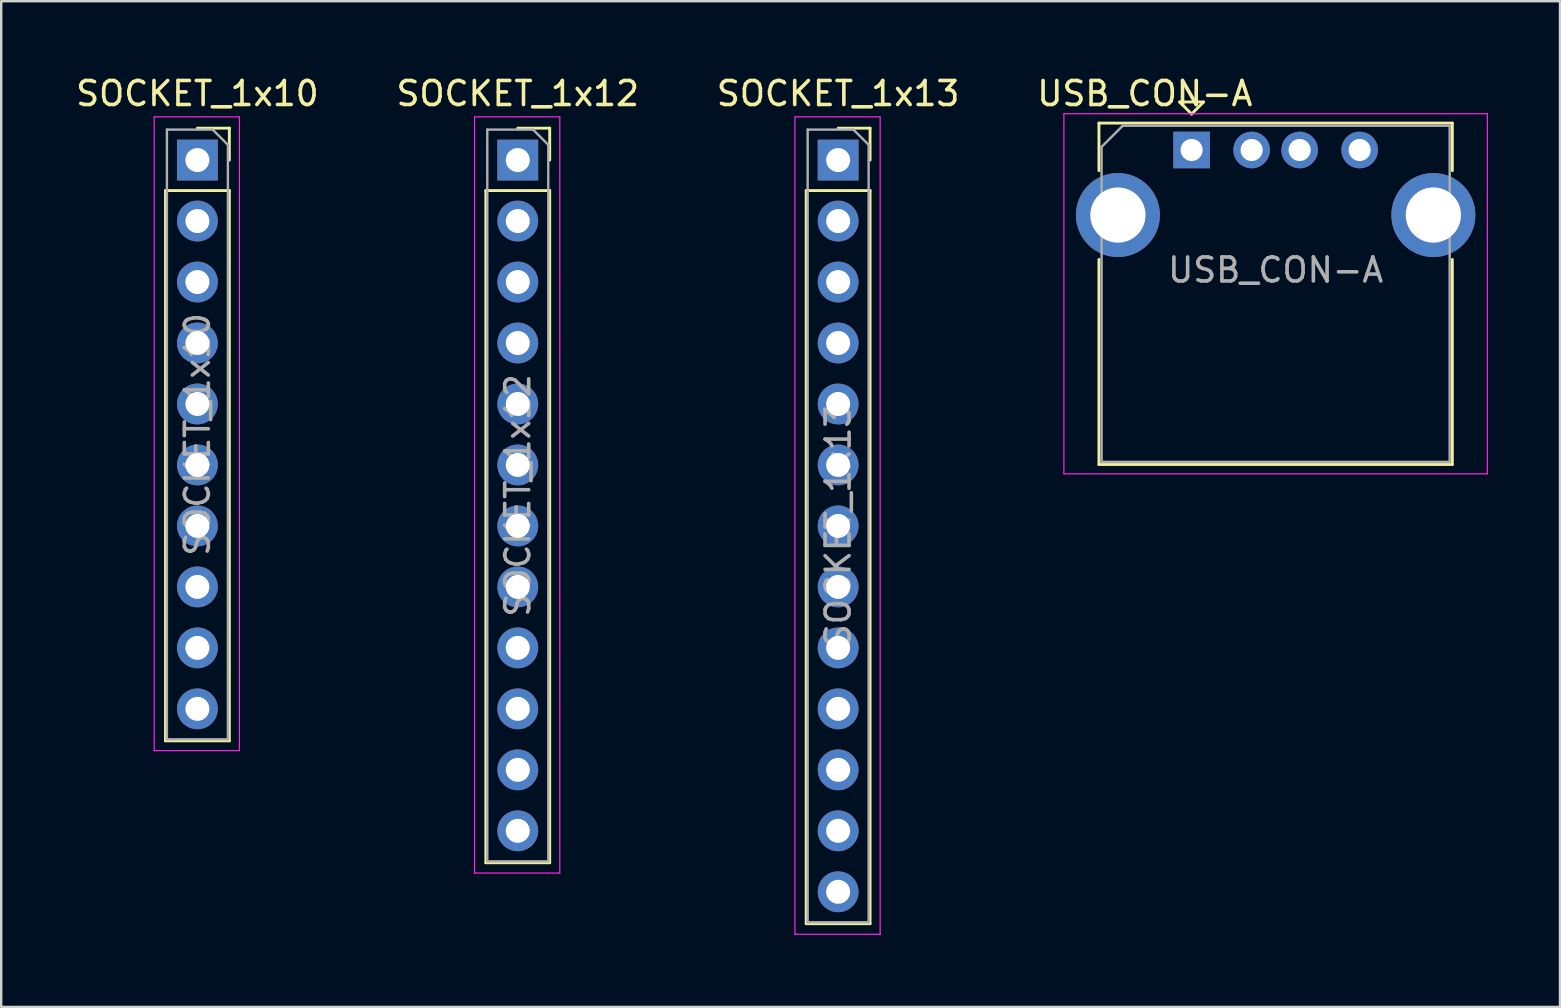
<source format=kicad_pcb>
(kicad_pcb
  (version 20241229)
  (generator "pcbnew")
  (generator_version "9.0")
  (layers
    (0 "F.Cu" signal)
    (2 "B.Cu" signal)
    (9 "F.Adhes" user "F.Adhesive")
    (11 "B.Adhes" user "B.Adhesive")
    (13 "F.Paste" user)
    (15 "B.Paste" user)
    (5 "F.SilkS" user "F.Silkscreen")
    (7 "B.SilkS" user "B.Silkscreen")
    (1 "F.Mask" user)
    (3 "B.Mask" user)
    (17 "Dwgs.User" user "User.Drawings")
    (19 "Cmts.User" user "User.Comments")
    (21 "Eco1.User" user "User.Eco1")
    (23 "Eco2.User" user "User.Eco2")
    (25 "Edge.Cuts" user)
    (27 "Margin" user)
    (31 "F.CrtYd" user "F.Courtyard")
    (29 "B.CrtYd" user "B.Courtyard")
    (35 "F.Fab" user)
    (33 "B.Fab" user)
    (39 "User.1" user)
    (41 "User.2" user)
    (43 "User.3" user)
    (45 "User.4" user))
  (footprint "SOCKET_1x10"
    (layer "F.Cu")
    (at 5.173 3.618)
    (property "Reference" "SOCKET_1x10" (at 0 -2.77 0) (layer "F.SilkS") (effects (font (size 1 1) (thickness 0.15))))
    (attr through_hole)
    (fp_line (start -1.33 1.27) (end -1.33 24.19) (stroke (width 0.12) (type solid)) (layer "F.SilkS"))
    (fp_line (start -1.33 1.27) (end 1.33 1.27) (stroke (width 0.12) (type solid)) (layer "F.SilkS"))
    (fp_line (start -1.33 24.19) (end 1.33 24.19) (stroke (width 0.12) (type solid)) (layer "F.SilkS"))
    (fp_line (start 0 -1.33) (end 1.33 -1.33) (stroke (width 0.12) (type solid)) (layer "F.SilkS"))
    (fp_line (start 1.33 -1.33) (end 1.33 0) (stroke (width 0.12) (type solid)) (layer "F.SilkS"))
    (fp_line (start 1.33 1.27) (end 1.33 24.19) (stroke (width 0.12) (type solid)) (layer "F.SilkS"))
    (fp_line (start -1.8 -1.8) (end 1.75 -1.8) (stroke (width 0.05) (type solid)) (layer "F.CrtYd"))
    (fp_line (start -1.8 24.6) (end -1.8 -1.8) (stroke (width 0.05) (type solid)) (layer "F.CrtYd"))
    (fp_line (start 1.75 -1.8) (end 1.75 24.6) (stroke (width 0.05) (type solid)) (layer "F.CrtYd"))
    (fp_line (start 1.75 24.6) (end -1.8 24.6) (stroke (width 0.05) (type solid)) (layer "F.CrtYd"))
    (fp_line (start -1.27 -1.27) (end 0.635 -1.27) (stroke (width 0.1) (type solid)) (layer "F.Fab"))
    (fp_line (start -1.27 24.13) (end -1.27 -1.27) (stroke (width 0.1) (type solid)) (layer "F.Fab"))
    (fp_line (start 0.635 -1.27) (end 1.27 -0.635) (stroke (width 0.1) (type solid)) (layer "F.Fab"))
    (fp_line (start 1.27 -0.635) (end 1.27 24.13) (stroke (width 0.1) (type solid)) (layer "F.Fab"))
    (fp_line (start 1.27 24.13) (end -1.27 24.13) (stroke (width 0.1) (type solid)) (layer "F.Fab"))
    (fp_text user "${REFERENCE}" (at 0 11.43 90) (layer "F.Fab") (effects (font (size 1 1) (thickness 0.15))))
    (pad "1" thru_hole rect (at 0 0) (size 1.7 1.7) (drill 1) (layers "*.Cu" "*.Mask"))
    (pad "2" thru_hole oval (at 0 2.54) (size 1.7 1.7) (drill 1) (layers "*.Cu" "*.Mask"))
    (pad "3" thru_hole oval (at 0 5.08) (size 1.7 1.7) (drill 1) (layers "*.Cu" "*.Mask"))
    (pad "4" thru_hole oval (at 0 7.62) (size 1.7 1.7) (drill 1) (layers "*.Cu" "*.Mask"))
    (pad "5" thru_hole oval (at 0 10.16) (size 1.7 1.7) (drill 1) (layers "*.Cu" "*.Mask"))
    (pad "6" thru_hole oval (at 0 12.7) (size 1.7 1.7) (drill 1) (layers "*.Cu" "*.Mask"))
    (pad "7" thru_hole oval (at 0 15.24) (size 1.7 1.7) (drill 1) (layers "*.Cu" "*.Mask"))
    (pad "8" thru_hole oval (at 0 17.78) (size 1.7 1.7) (drill 1) (layers "*.Cu" "*.Mask"))
    (pad "9" thru_hole oval (at 0 20.32) (size 1.7 1.7) (drill 1) (layers "*.Cu" "*.Mask"))
    (pad "10" thru_hole oval (at 0 22.86) (size 1.7 1.7) (drill 1) (layers "*.Cu" "*.Mask")))
  (footprint "USB_CON-A"
    (layer "F.Cu")
    (at 46.587 3.198)
    (property "Reference" "USB_CON-A" (at -1.95 -2.35 0) (layer "F.SilkS") (effects (font (size 1 1) (thickness 0.15))))
    (attr through_hole)
    (fp_line (start -3.86 -1.12) (end -3.86 0.86) (stroke (width 0.12) (type solid)) (layer "F.SilkS"))
    (fp_line (start -3.86 -1.12) (end 10.86 -1.12) (stroke (width 0.12) (type solid)) (layer "F.SilkS"))
    (fp_line (start -3.86 4.56) (end -3.86 13.1) (stroke (width 0.12) (type solid)) (layer "F.SilkS"))
    (fp_line (start -3.86 13.1) (end 10.86 13.1) (stroke (width 0.12) (type solid)) (layer "F.SilkS"))
    (fp_line (start -0.5 -2) (end 0 -1.5) (stroke (width 0.12) (type solid)) (layer "F.SilkS"))
    (fp_line (start 0 -1.5) (end 0.5 -2) (stroke (width 0.12) (type solid)) (layer "F.SilkS"))
    (fp_line (start 0.5 -2) (end -0.5 -2) (stroke (width 0.12) (type solid)) (layer "F.SilkS"))
    (fp_line (start 10.86 0.86) (end 10.86 -1.12) (stroke (width 0.12) (type solid)) (layer "F.SilkS"))
    (fp_line (start 10.86 4.56) (end 10.86 13.1) (stroke (width 0.12) (type solid)) (layer "F.SilkS"))
    (fp_line (start -5.32 -1.51) (end -5.32 13.49) (stroke (width 0.05) (type solid)) (layer "F.CrtYd"))
    (fp_line (start -5.32 -1.51) (end 12.32 -1.51) (stroke (width 0.05) (type solid)) (layer "F.CrtYd"))
    (fp_line (start 12.32 -1.51) (end 12.32 13.49) (stroke (width 0.05) (type solid)) (layer "F.CrtYd"))
    (fp_line (start 12.32 13.49) (end -5.32 13.49) (stroke (width 0.05) (type solid)) (layer "F.CrtYd"))
    (fp_line (start -3.75 -0.13) (end -3.75 12.99) (stroke (width 0.1) (type solid)) (layer "F.Fab"))
    (fp_line (start -3.75 12.99) (end 10.75 12.99) (stroke (width 0.1) (type solid)) (layer "F.Fab"))
    (fp_line (start -2.87 -1.01) (end -3.75 -0.13) (stroke (width 0.1) (type solid)) (layer "F.Fab"))
    (fp_line (start -2.87 -1.01) (end 10.75 -1.01) (stroke (width 0.1) (type solid)) (layer "F.Fab"))
    (fp_line (start 10.75 -1.01) (end 10.75 12.99) (stroke (width 0.1) (type solid)) (layer "F.Fab"))
    (fp_text user "${REFERENCE}" (at 3.5 5 0) (layer "F.Fab") (effects (font (size 1 1) (thickness 0.15))))
    (pad "1" thru_hole rect (at 0 0) (size 1.524 1.524) (drill 0.92) (layers "*.Cu" "*.Mask"))
    (pad "2" thru_hole circle (at 2.5 0) (size 1.524 1.524) (drill 0.92) (layers "*.Cu" "*.Mask"))
    (pad "3" thru_hole circle (at 4.5 0) (size 1.524 1.524) (drill 0.92) (layers "*.Cu" "*.Mask"))
    (pad "4" thru_hole circle (at 7 0) (size 1.524 1.524) (drill 0.92) (layers "*.Cu" "*.Mask"))
    (pad "5" thru_hole circle (at -3.07 2.71) (size 3.5 3.5) (drill 2.3) (layers "*.Cu" "*.Mask"))
    (pad "5" thru_hole circle (at 10.07 2.71) (size 3.5 3.5) (drill 2.3) (layers "*.Cu" "*.Mask")))
  (footprint "SOCKET_1x12"
    (layer "F.Cu")
    (at 18.518 3.618)
    (property "Reference" "SOCKET_1x12" (at 0 -2.77 0) (layer "F.SilkS") (effects (font (size 1 1) (thickness 0.15))))
    (attr through_hole)
    (fp_line (start -1.33 1.27) (end -1.33 29.27) (stroke (width 0.12) (type solid)) (layer "F.SilkS"))
    (fp_line (start -1.33 1.27) (end 1.33 1.27) (stroke (width 0.12) (type solid)) (layer "F.SilkS"))
    (fp_line (start -1.33 29.27) (end 1.33 29.27) (stroke (width 0.12) (type solid)) (layer "F.SilkS"))
    (fp_line (start 0 -1.33) (end 1.33 -1.33) (stroke (width 0.12) (type solid)) (layer "F.SilkS"))
    (fp_line (start 1.33 -1.33) (end 1.33 0) (stroke (width 0.12) (type solid)) (layer "F.SilkS"))
    (fp_line (start 1.33 1.27) (end 1.33 29.27) (stroke (width 0.12) (type solid)) (layer "F.SilkS"))
    (fp_line (start -1.8 -1.8) (end 1.75 -1.8) (stroke (width 0.05) (type solid)) (layer "F.CrtYd"))
    (fp_line (start -1.8 29.7) (end -1.8 -1.8) (stroke (width 0.05) (type solid)) (layer "F.CrtYd"))
    (fp_line (start 1.75 -1.8) (end 1.75 29.7) (stroke (width 0.05) (type solid)) (layer "F.CrtYd"))
    (fp_line (start 1.75 29.7) (end -1.8 29.7) (stroke (width 0.05) (type solid)) (layer "F.CrtYd"))
    (fp_line (start -1.27 -1.27) (end 0.635 -1.27) (stroke (width 0.1) (type solid)) (layer "F.Fab"))
    (fp_line (start -1.27 29.21) (end -1.27 -1.27) (stroke (width 0.1) (type solid)) (layer "F.Fab"))
    (fp_line (start 0.635 -1.27) (end 1.27 -0.635) (stroke (width 0.1) (type solid)) (layer "F.Fab"))
    (fp_line (start 1.27 -0.635) (end 1.27 29.21) (stroke (width 0.1) (type solid)) (layer "F.Fab"))
    (fp_line (start 1.27 29.21) (end -1.27 29.21) (stroke (width 0.1) (type solid)) (layer "F.Fab"))
    (fp_text user "${REFERENCE}" (at 0 13.97 90) (layer "F.Fab") (effects (font (size 1 1) (thickness 0.15))))
    (pad "1" thru_hole rect (at 0 0) (size 1.7 1.7) (drill 1) (layers "*.Cu" "*.Mask"))
    (pad "2" thru_hole oval (at 0 2.54) (size 1.7 1.7) (drill 1) (layers "*.Cu" "*.Mask"))
    (pad "3" thru_hole oval (at 0 5.08) (size 1.7 1.7) (drill 1) (layers "*.Cu" "*.Mask"))
    (pad "4" thru_hole oval (at 0 7.62) (size 1.7 1.7) (drill 1) (layers "*.Cu" "*.Mask"))
    (pad "5" thru_hole oval (at 0 10.16) (size 1.7 1.7) (drill 1) (layers "*.Cu" "*.Mask"))
    (pad "6" thru_hole oval (at 0 12.7) (size 1.7 1.7) (drill 1) (layers "*.Cu" "*.Mask"))
    (pad "7" thru_hole oval (at 0 15.24) (size 1.7 1.7) (drill 1) (layers "*.Cu" "*.Mask"))
    (pad "8" thru_hole oval (at 0 17.78) (size 1.7 1.7) (drill 1) (layers "*.Cu" "*.Mask"))
    (pad "9" thru_hole oval (at 0 20.32) (size 1.7 1.7) (drill 1) (layers "*.Cu" "*.Mask"))
    (pad "10" thru_hole oval (at 0 22.86) (size 1.7 1.7) (drill 1) (layers "*.Cu" "*.Mask"))
    (pad "11" thru_hole oval (at 0 25.4) (size 1.7 1.7) (drill 1) (layers "*.Cu" "*.Mask"))
    (pad "12" thru_hole oval (at 0 27.94) (size 1.7 1.7) (drill 1) (layers "*.Cu" "*.Mask")))
  (footprint "SOCKET_1x13"
    (layer "F.Cu")
    (at 31.863 3.618)
    (property "Reference" "SOCKET_1x13" (at 0 -2.77 0) (layer "F.SilkS") (effects (font (size 1 1) (thickness 0.15))))
    (attr through_hole)
    (fp_line (start -1.33 1.27) (end -1.33 31.81) (stroke (width 0.12) (type solid)) (layer "F.SilkS"))
    (fp_line (start -1.33 1.27) (end 1.33 1.27) (stroke (width 0.12) (type solid)) (layer "F.SilkS"))
    (fp_line (start -1.33 31.81) (end 1.33 31.81) (stroke (width 0.12) (type solid)) (layer "F.SilkS"))
    (fp_line (start 0 -1.33) (end 1.33 -1.33) (stroke (width 0.12) (type solid)) (layer "F.SilkS"))
    (fp_line (start 1.33 -1.33) (end 1.33 0) (stroke (width 0.12) (type solid)) (layer "F.SilkS"))
    (fp_line (start 1.33 1.27) (end 1.33 31.81) (stroke (width 0.12) (type solid)) (layer "F.SilkS"))
    (fp_line (start -1.8 -1.8) (end 1.75 -1.8) (stroke (width 0.05) (type solid)) (layer "F.CrtYd"))
    (fp_line (start -1.8 32.25) (end -1.8 -1.8) (stroke (width 0.05) (type solid)) (layer "F.CrtYd"))
    (fp_line (start 1.75 -1.8) (end 1.75 32.25) (stroke (width 0.05) (type solid)) (layer "F.CrtYd"))
    (fp_line (start 1.75 32.25) (end -1.8 32.25) (stroke (width 0.05) (type solid)) (layer "F.CrtYd"))
    (fp_line (start -1.27 -1.27) (end 0.635 -1.27) (stroke (width 0.1) (type solid)) (layer "F.Fab"))
    (fp_line (start -1.27 31.75) (end -1.27 -1.27) (stroke (width 0.1) (type solid)) (layer "F.Fab"))
    (fp_line (start 0.635 -1.27) (end 1.27 -0.635) (stroke (width 0.1) (type solid)) (layer "F.Fab"))
    (fp_line (start 1.27 -0.635) (end 1.27 31.75) (stroke (width 0.1) (type solid)) (layer "F.Fab"))
    (fp_line (start 1.27 31.75) (end -1.27 31.75) (stroke (width 0.1) (type solid)) (layer "F.Fab"))
    (fp_text user "${REFERENCE}" (at 0 15.24 90) (layer "F.Fab") (effects (font (size 1 1) (thickness 0.15))))
    (pad "1" thru_hole rect (at 0 0) (size 1.7 1.7) (drill 1) (layers "*.Cu" "*.Mask"))
    (pad "2" thru_hole oval (at 0 2.54) (size 1.7 1.7) (drill 1) (layers "*.Cu" "*.Mask"))
    (pad "3" thru_hole oval (at 0 5.08) (size 1.7 1.7) (drill 1) (layers "*.Cu" "*.Mask"))
    (pad "4" thru_hole oval (at 0 7.62) (size 1.7 1.7) (drill 1) (layers "*.Cu" "*.Mask"))
    (pad "5" thru_hole oval (at 0 10.16) (size 1.7 1.7) (drill 1) (layers "*.Cu" "*.Mask"))
    (pad "6" thru_hole oval (at 0 12.7) (size 1.7 1.7) (drill 1) (layers "*.Cu" "*.Mask"))
    (pad "7" thru_hole oval (at 0 15.24) (size 1.7 1.7) (drill 1) (layers "*.Cu" "*.Mask"))
    (pad "8" thru_hole oval (at 0 17.78) (size 1.7 1.7) (drill 1) (layers "*.Cu" "*.Mask"))
    (pad "9" thru_hole oval (at 0 20.32) (size 1.7 1.7) (drill 1) (layers "*.Cu" "*.Mask"))
    (pad "10" thru_hole oval (at 0 22.86) (size 1.7 1.7) (drill 1) (layers "*.Cu" "*.Mask"))
    (pad "11" thru_hole oval (at 0 25.4) (size 1.7 1.7) (drill 1) (layers "*.Cu" "*.Mask"))
    (pad "12" thru_hole oval (at 0 27.94) (size 1.7 1.7) (drill 1) (layers "*.Cu" "*.Mask"))
    (pad "13" thru_hole oval (at 0 30.48) (size 1.7 1.7) (drill 1) (layers "*.Cu" "*.Mask")))
  (gr_rect
    (start -3 -3)
    (end 61.932 38.893)
    (stroke (width 0.1) (type default))
    (fill no)
    (layer "Edge.Cuts")))
</source>
